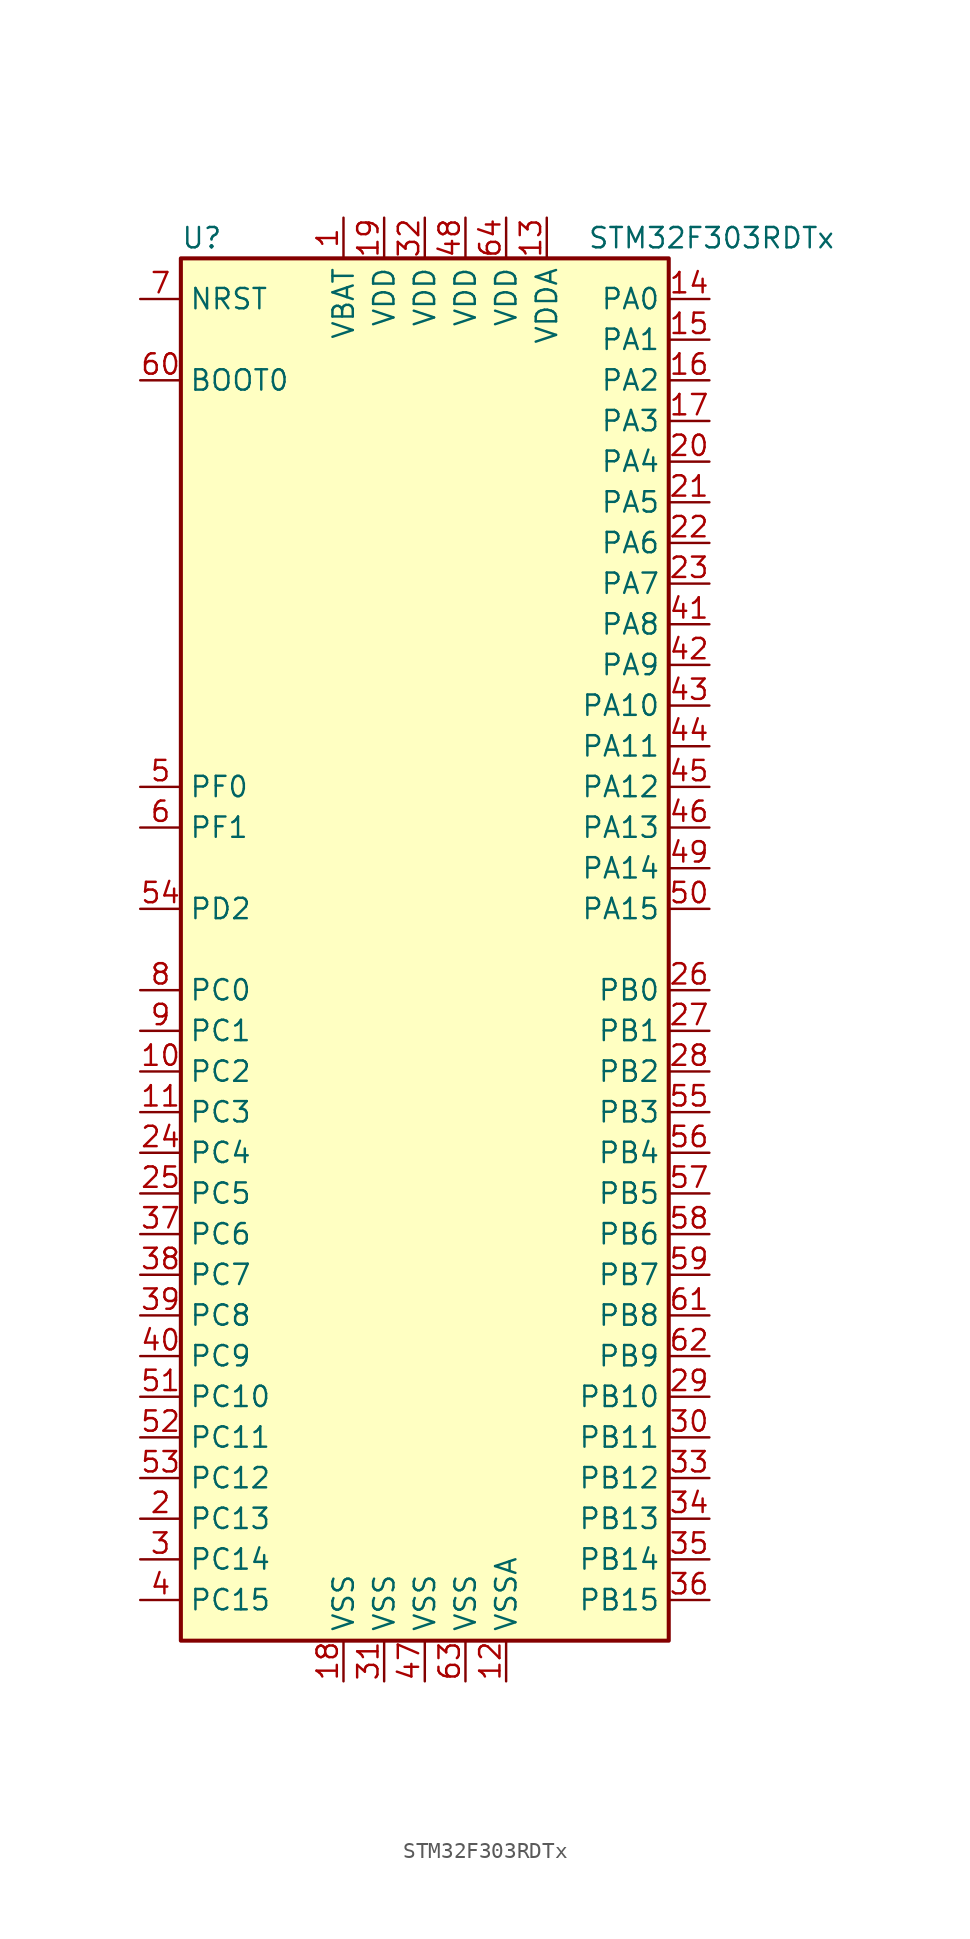
<source format=kicad_sym>
(kicad_symbol_lib
  (version 20201005)
  (generator kicad_symbol_editor)
  (symbol "STM32F303RDTx"
    (property "Reference" "U"
      (at -15.24 44.45 0)
      (effects (font (size 1.27 1.27)) (justify left)))
    (property "Value" "STM32F303RDTx"
      (at 10.16 44.45 0)
      (effects (font (size 1.27 1.27)) (justify left)))
    (symbol "STM32F303RDTx_0_1"
      (rectangle (start -15.24 -43.18) (end 15.24 43.18) (stroke (width 0.254)) (fill (type background))))
    (symbol "STM32F303RDTx_1_1"
      (pin input line (at -17.78 35.56 0) (length 2.54) (name "BOOT0" (effects (font (size 1.27 1.27)))) (number "60" (effects (font (size 1.27 1.27)))))
      (pin input line (at -17.78 40.64 0) (length 2.54) (name "NRST" (effects (font (size 1.27 1.27)))) (number "7" (effects (font (size 1.27 1.27)))))
      (pin bidirectional line (at 17.78 40.64 180) (length 2.54) (name "PA0" (effects (font (size 1.27 1.27)))) (number "14" (effects (font (size 1.27 1.27)))))
      (pin bidirectional line (at 17.78 38.1 180) (length 2.54) (name "PA1" (effects (font (size 1.27 1.27)))) (number "15" (effects (font (size 1.27 1.27)))))
      (pin bidirectional line (at 17.78 15.24 180) (length 2.54) (name "PA10" (effects (font (size 1.27 1.27)))) (number "43" (effects (font (size 1.27 1.27)))))
      (pin bidirectional line (at 17.78 12.7 180) (length 2.54) (name "PA11" (effects (font (size 1.27 1.27)))) (number "44" (effects (font (size 1.27 1.27)))))
      (pin bidirectional line (at 17.78 10.16 180) (length 2.54) (name "PA12" (effects (font (size 1.27 1.27)))) (number "45" (effects (font (size 1.27 1.27)))))
      (pin bidirectional line (at 17.78 7.62 180) (length 2.54) (name "PA13" (effects (font (size 1.27 1.27)))) (number "46" (effects (font (size 1.27 1.27)))))
      (pin bidirectional line (at 17.78 5.08 180) (length 2.54) (name "PA14" (effects (font (size 1.27 1.27)))) (number "49" (effects (font (size 1.27 1.27)))))
      (pin bidirectional line (at 17.78 2.54 180) (length 2.54) (name "PA15" (effects (font (size 1.27 1.27)))) (number "50" (effects (font (size 1.27 1.27)))))
      (pin bidirectional line (at 17.78 35.56 180) (length 2.54) (name "PA2" (effects (font (size 1.27 1.27)))) (number "16" (effects (font (size 1.27 1.27)))))
      (pin bidirectional line (at 17.78 33.02 180) (length 2.54) (name "PA3" (effects (font (size 1.27 1.27)))) (number "17" (effects (font (size 1.27 1.27)))))
      (pin bidirectional line (at 17.78 30.48 180) (length 2.54) (name "PA4" (effects (font (size 1.27 1.27)))) (number "20" (effects (font (size 1.27 1.27)))))
      (pin bidirectional line (at 17.78 27.94 180) (length 2.54) (name "PA5" (effects (font (size 1.27 1.27)))) (number "21" (effects (font (size 1.27 1.27)))))
      (pin bidirectional line (at 17.78 25.4 180) (length 2.54) (name "PA6" (effects (font (size 1.27 1.27)))) (number "22" (effects (font (size 1.27 1.27)))))
      (pin bidirectional line (at 17.78 22.86 180) (length 2.54) (name "PA7" (effects (font (size 1.27 1.27)))) (number "23" (effects (font (size 1.27 1.27)))))
      (pin bidirectional line (at 17.78 20.32 180) (length 2.54) (name "PA8" (effects (font (size 1.27 1.27)))) (number "41" (effects (font (size 1.27 1.27)))))
      (pin bidirectional line (at 17.78 17.78 180) (length 2.54) (name "PA9" (effects (font (size 1.27 1.27)))) (number "42" (effects (font (size 1.27 1.27)))))
      (pin bidirectional line (at 17.78 -2.54 180) (length 2.54) (name "PB0" (effects (font (size 1.27 1.27)))) (number "26" (effects (font (size 1.27 1.27)))))
      (pin bidirectional line (at 17.78 -5.08 180) (length 2.54) (name "PB1" (effects (font (size 1.27 1.27)))) (number "27" (effects (font (size 1.27 1.27)))))
      (pin bidirectional line (at 17.78 -27.94 180) (length 2.54) (name "PB10" (effects (font (size 1.27 1.27)))) (number "29" (effects (font (size 1.27 1.27)))))
      (pin bidirectional line (at 17.78 -30.48 180) (length 2.54) (name "PB11" (effects (font (size 1.27 1.27)))) (number "30" (effects (font (size 1.27 1.27)))))
      (pin bidirectional line (at 17.78 -33.02 180) (length 2.54) (name "PB12" (effects (font (size 1.27 1.27)))) (number "33" (effects (font (size 1.27 1.27)))))
      (pin bidirectional line (at 17.78 -35.56 180) (length 2.54) (name "PB13" (effects (font (size 1.27 1.27)))) (number "34" (effects (font (size 1.27 1.27)))))
      (pin bidirectional line (at 17.78 -38.1 180) (length 2.54) (name "PB14" (effects (font (size 1.27 1.27)))) (number "35" (effects (font (size 1.27 1.27)))))
      (pin bidirectional line (at 17.78 -40.64 180) (length 2.54) (name "PB15" (effects (font (size 1.27 1.27)))) (number "36" (effects (font (size 1.27 1.27)))))
      (pin bidirectional line (at 17.78 -7.62 180) (length 2.54) (name "PB2" (effects (font (size 1.27 1.27)))) (number "28" (effects (font (size 1.27 1.27)))))
      (pin bidirectional line (at 17.78 -10.16 180) (length 2.54) (name "PB3" (effects (font (size 1.27 1.27)))) (number "55" (effects (font (size 1.27 1.27)))))
      (pin bidirectional line (at 17.78 -12.7 180) (length 2.54) (name "PB4" (effects (font (size 1.27 1.27)))) (number "56" (effects (font (size 1.27 1.27)))))
      (pin bidirectional line (at 17.78 -15.24 180) (length 2.54) (name "PB5" (effects (font (size 1.27 1.27)))) (number "57" (effects (font (size 1.27 1.27)))))
      (pin bidirectional line (at 17.78 -17.78 180) (length 2.54) (name "PB6" (effects (font (size 1.27 1.27)))) (number "58" (effects (font (size 1.27 1.27)))))
      (pin bidirectional line (at 17.78 -20.32 180) (length 2.54) (name "PB7" (effects (font (size 1.27 1.27)))) (number "59" (effects (font (size 1.27 1.27)))))
      (pin bidirectional line (at 17.78 -22.86 180) (length 2.54) (name "PB8" (effects (font (size 1.27 1.27)))) (number "61" (effects (font (size 1.27 1.27)))))
      (pin bidirectional line (at 17.78 -25.4 180) (length 2.54) (name "PB9" (effects (font (size 1.27 1.27)))) (number "62" (effects (font (size 1.27 1.27)))))
      (pin bidirectional line (at -17.78 -2.54 0) (length 2.54) (name "PC0" (effects (font (size 1.27 1.27)))) (number "8" (effects (font (size 1.27 1.27)))))
      (pin bidirectional line (at -17.78 -5.08 0) (length 2.54) (name "PC1" (effects (font (size 1.27 1.27)))) (number "9" (effects (font (size 1.27 1.27)))))
      (pin bidirectional line (at -17.78 -27.94 0) (length 2.54) (name "PC10" (effects (font (size 1.27 1.27)))) (number "51" (effects (font (size 1.27 1.27)))))
      (pin bidirectional line (at -17.78 -30.48 0) (length 2.54) (name "PC11" (effects (font (size 1.27 1.27)))) (number "52" (effects (font (size 1.27 1.27)))))
      (pin bidirectional line (at -17.78 -33.02 0) (length 2.54) (name "PC12" (effects (font (size 1.27 1.27)))) (number "53" (effects (font (size 1.27 1.27)))))
      (pin bidirectional line (at -17.78 -35.56 0) (length 2.54) (name "PC13" (effects (font (size 1.27 1.27)))) (number "2" (effects (font (size 1.27 1.27)))))
      (pin bidirectional line (at -17.78 -38.1 0) (length 2.54) (name "PC14" (effects (font (size 1.27 1.27)))) (number "3" (effects (font (size 1.27 1.27)))))
      (pin bidirectional line (at -17.78 -40.64 0) (length 2.54) (name "PC15" (effects (font (size 1.27 1.27)))) (number "4" (effects (font (size 1.27 1.27)))))
      (pin bidirectional line (at -17.78 -7.62 0) (length 2.54) (name "PC2" (effects (font (size 1.27 1.27)))) (number "10" (effects (font (size 1.27 1.27)))))
      (pin bidirectional line (at -17.78 -10.16 0) (length 2.54) (name "PC3" (effects (font (size 1.27 1.27)))) (number "11" (effects (font (size 1.27 1.27)))))
      (pin bidirectional line (at -17.78 -12.7 0) (length 2.54) (name "PC4" (effects (font (size 1.27 1.27)))) (number "24" (effects (font (size 1.27 1.27)))))
      (pin bidirectional line (at -17.78 -15.24 0) (length 2.54) (name "PC5" (effects (font (size 1.27 1.27)))) (number "25" (effects (font (size 1.27 1.27)))))
      (pin bidirectional line (at -17.78 -17.78 0) (length 2.54) (name "PC6" (effects (font (size 1.27 1.27)))) (number "37" (effects (font (size 1.27 1.27)))))
      (pin bidirectional line (at -17.78 -20.32 0) (length 2.54) (name "PC7" (effects (font (size 1.27 1.27)))) (number "38" (effects (font (size 1.27 1.27)))))
      (pin bidirectional line (at -17.78 -22.86 0) (length 2.54) (name "PC8" (effects (font (size 1.27 1.27)))) (number "39" (effects (font (size 1.27 1.27)))))
      (pin bidirectional line (at -17.78 -25.4 0) (length 2.54) (name "PC9" (effects (font (size 1.27 1.27)))) (number "40" (effects (font (size 1.27 1.27)))))
      (pin bidirectional line (at -17.78 2.54 0) (length 2.54) (name "PD2" (effects (font (size 1.27 1.27)))) (number "54" (effects (font (size 1.27 1.27)))))
      (pin input line (at -17.78 10.16 0) (length 2.54) (name "PF0" (effects (font (size 1.27 1.27)))) (number "5" (effects (font (size 1.27 1.27)))))
      (pin input line (at -17.78 7.62 0) (length 2.54) (name "PF1" (effects (font (size 1.27 1.27)))) (number "6" (effects (font (size 1.27 1.27)))))
      (pin power_in line (at -5.08 45.72 270) (length 2.54) (name "VBAT" (effects (font (size 1.27 1.27)))) (number "1" (effects (font (size 1.27 1.27)))))
      (pin power_in line (at -2.54 45.72 270) (length 2.54) (name "VDD" (effects (font (size 1.27 1.27)))) (number "19" (effects (font (size 1.27 1.27)))))
      (pin power_in line (at 0 45.72 270) (length 2.54) (name "VDD" (effects (font (size 1.27 1.27)))) (number "32" (effects (font (size 1.27 1.27)))))
      (pin power_in line (at 2.54 45.72 270) (length 2.54) (name "VDD" (effects (font (size 1.27 1.27)))) (number "48" (effects (font (size 1.27 1.27)))))
      (pin power_in line (at 5.08 45.72 270) (length 2.54) (name "VDD" (effects (font (size 1.27 1.27)))) (number "64" (effects (font (size 1.27 1.27)))))
      (pin power_in line (at 7.62 45.72 270) (length 2.54) (name "VDDA" (effects (font (size 1.27 1.27)))) (number "13" (effects (font (size 1.27 1.27)))))
      (pin power_in line (at -5.08 -45.72 90) (length 2.54) (name "VSS" (effects (font (size 1.27 1.27)))) (number "18" (effects (font (size 1.27 1.27)))))
      (pin power_in line (at -2.54 -45.72 90) (length 2.54) (name "VSS" (effects (font (size 1.27 1.27)))) (number "31" (effects (font (size 1.27 1.27)))))
      (pin power_in line (at 0 -45.72 90) (length 2.54) (name "VSS" (effects (font (size 1.27 1.27)))) (number "47" (effects (font (size 1.27 1.27)))))
      (pin power_in line (at 2.54 -45.72 90) (length 2.54) (name "VSS" (effects (font (size 1.27 1.27)))) (number "63" (effects (font (size 1.27 1.27)))))
      (pin power_in line (at 5.08 -45.72 90) (length 2.54) (name "VSSA" (effects (font (size 1.27 1.27)))) (number "12" (effects (font (size 1.27 1.27))))))))
</source>
